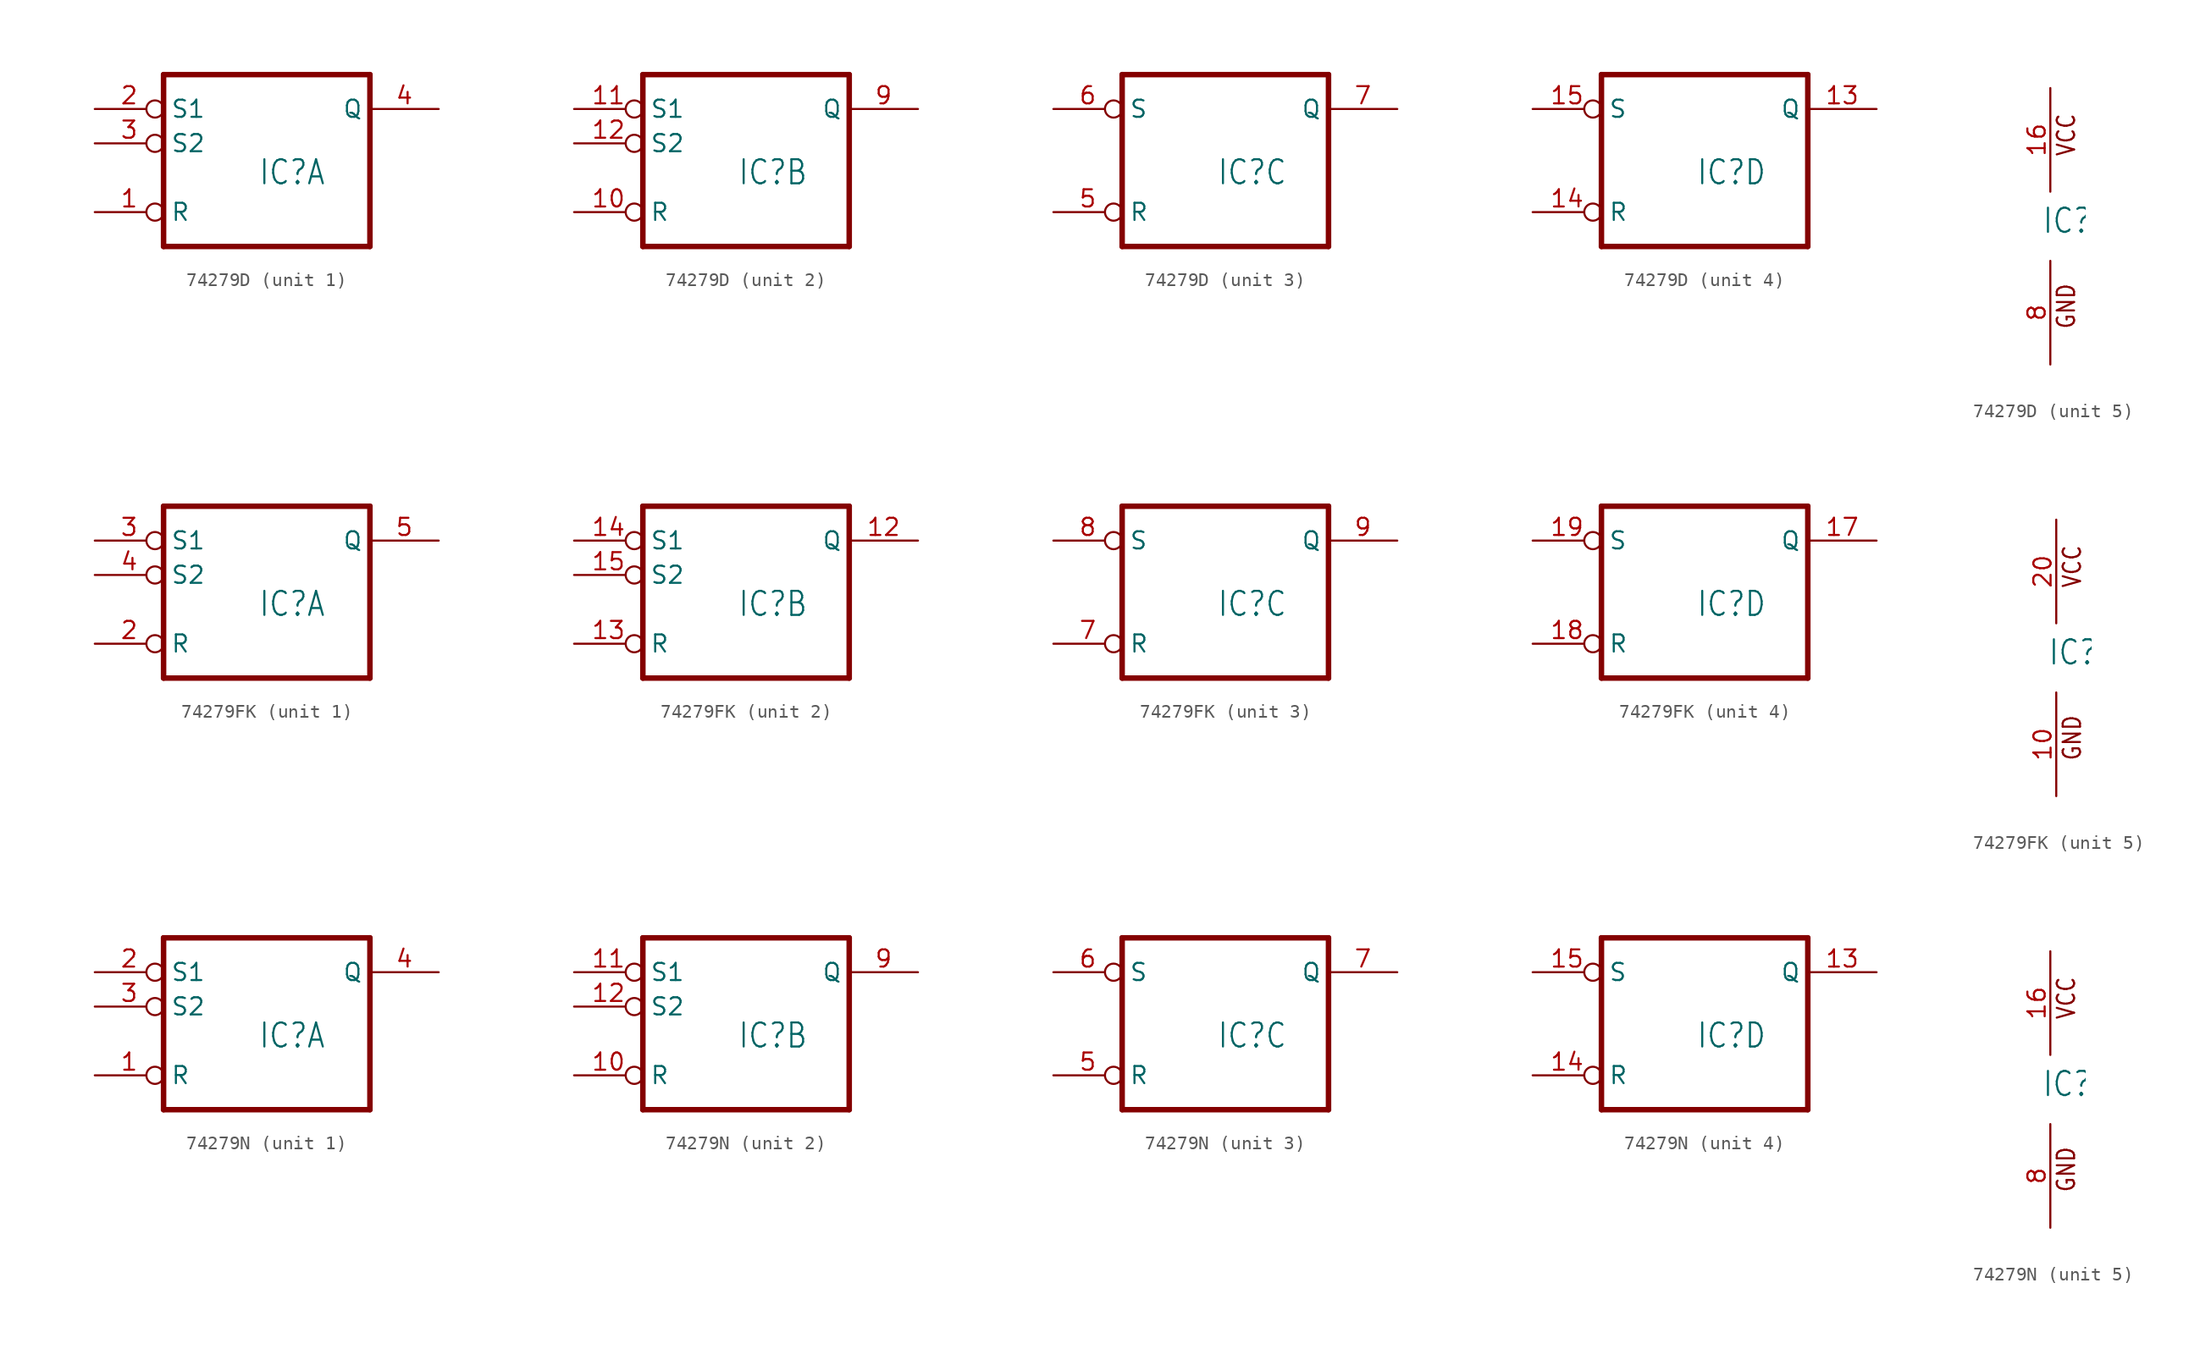
<source format=kicad_sym>
(kicad_symbol_lib
  (version 20220914)
  (generator kicad_symbol_editor)
  (symbol "74279D"
    (property "Reference" "IC"
      (at -0.635 -0.635 0)
      (effects (font (size 1.778 1.511)) (justify left bottom)))
    (property "ki_locked" ""
      (at 0 0 0)
      (effects (font (size 1.27 1.27))))
    (symbol "74279D_1_0"
      (polyline (pts (xy -7.62 -5.08) (xy 7.62 -5.08)) (stroke (width 0.406) (type solid)) (fill (type none)))
      (polyline (pts (xy -7.62 7.62) (xy -7.62 -5.08)) (stroke (width 0.406) (type solid)) (fill (type none)))
      (polyline (pts (xy 7.62 -5.08) (xy 7.62 7.62)) (stroke (width 0.406) (type solid)) (fill (type none)))
      (polyline (pts (xy 7.62 7.62) (xy -7.62 7.62)) (stroke (width 0.406) (type solid)) (fill (type none)))
      (pin input inverted (at -12.7 -2.54 0) (length 5.08) (name "R" (effects (font (size 1.27 1.27)))) (number "1" (effects (font (size 1.27 1.27)))))
      (pin input inverted (at -12.7 5.08 0) (length 5.08) (name "S1" (effects (font (size 1.27 1.27)))) (number "2" (effects (font (size 1.27 1.27)))))
      (pin input inverted (at -12.7 2.54 0) (length 5.08) (name "S2" (effects (font (size 1.27 1.27)))) (number "3" (effects (font (size 1.27 1.27)))))
      (pin output line (at 12.7 5.08 180) (length 5.08) (name "Q" (effects (font (size 1.27 1.27)))) (number "4" (effects (font (size 1.27 1.27))))))
    (symbol "74279D_2_0"
      (polyline (pts (xy -7.62 -5.08) (xy 7.62 -5.08)) (stroke (width 0.406) (type solid)) (fill (type none)))
      (polyline (pts (xy -7.62 7.62) (xy -7.62 -5.08)) (stroke (width 0.406) (type solid)) (fill (type none)))
      (polyline (pts (xy 7.62 -5.08) (xy 7.62 7.62)) (stroke (width 0.406) (type solid)) (fill (type none)))
      (polyline (pts (xy 7.62 7.62) (xy -7.62 7.62)) (stroke (width 0.406) (type solid)) (fill (type none)))
      (pin input inverted (at -12.7 -2.54 0) (length 5.08) (name "R" (effects (font (size 1.27 1.27)))) (number "10" (effects (font (size 1.27 1.27)))))
      (pin input inverted (at -12.7 5.08 0) (length 5.08) (name "S1" (effects (font (size 1.27 1.27)))) (number "11" (effects (font (size 1.27 1.27)))))
      (pin input inverted (at -12.7 2.54 0) (length 5.08) (name "S2" (effects (font (size 1.27 1.27)))) (number "12" (effects (font (size 1.27 1.27)))))
      (pin output line (at 12.7 5.08 180) (length 5.08) (name "Q" (effects (font (size 1.27 1.27)))) (number "9" (effects (font (size 1.27 1.27))))))
    (symbol "74279D_3_0"
      (polyline (pts (xy -7.62 -5.08) (xy 7.62 -5.08)) (stroke (width 0.406) (type solid)) (fill (type none)))
      (polyline (pts (xy -7.62 7.62) (xy -7.62 -5.08)) (stroke (width 0.406) (type solid)) (fill (type none)))
      (polyline (pts (xy 7.62 -5.08) (xy 7.62 7.62)) (stroke (width 0.406) (type solid)) (fill (type none)))
      (polyline (pts (xy 7.62 7.62) (xy -7.62 7.62)) (stroke (width 0.406) (type solid)) (fill (type none)))
      (pin input inverted (at -12.7 -2.54 0) (length 5.08) (name "R" (effects (font (size 1.27 1.27)))) (number "5" (effects (font (size 1.27 1.27)))))
      (pin input inverted (at -12.7 5.08 0) (length 5.08) (name "S" (effects (font (size 1.27 1.27)))) (number "6" (effects (font (size 1.27 1.27)))))
      (pin output line (at 12.7 5.08 180) (length 5.08) (name "Q" (effects (font (size 1.27 1.27)))) (number "7" (effects (font (size 1.27 1.27))))))
    (symbol "74279D_4_0"
      (polyline (pts (xy -7.62 -5.08) (xy 7.62 -5.08)) (stroke (width 0.406) (type solid)) (fill (type none)))
      (polyline (pts (xy -7.62 7.62) (xy -7.62 -5.08)) (stroke (width 0.406) (type solid)) (fill (type none)))
      (polyline (pts (xy 7.62 -5.08) (xy 7.62 7.62)) (stroke (width 0.406) (type solid)) (fill (type none)))
      (polyline (pts (xy 7.62 7.62) (xy -7.62 7.62)) (stroke (width 0.406) (type solid)) (fill (type none)))
      (pin output line (at 12.7 5.08 180) (length 5.08) (name "Q" (effects (font (size 1.27 1.27)))) (number "13" (effects (font (size 1.27 1.27)))))
      (pin input inverted (at -12.7 -2.54 0) (length 5.08) (name "R" (effects (font (size 1.27 1.27)))) (number "14" (effects (font (size 1.27 1.27)))))
      (pin input inverted (at -12.7 5.08 0) (length 5.08) (name "S" (effects (font (size 1.27 1.27)))) (number "15" (effects (font (size 1.27 1.27))))))
    (symbol "74279D_5_0"
      (text "GND" (at 1.905 -7.62 900) (effects (font (size 1.27 1.079)) (justify left bottom)))
      (text "VCC" (at 1.905 5.08 900) (effects (font (size 1.27 1.079)) (justify left bottom)))
      (pin power_in line (at 0 10.16 270) (length 7.62) (name "VCC" (effects (font (size 0 0)))) (number "16" (effects (font (size 1.27 1.27)))))
      (pin power_in line (at 0 -10.16 90) (length 7.62) (name "GND" (effects (font (size 0 0)))) (number "8" (effects (font (size 1.27 1.27)))))))
  (symbol "74279FK"
    (property "Reference" "IC"
      (at -0.635 -0.635 0)
      (effects (font (size 1.778 1.511)) (justify left bottom)))
    (property "ki_locked" ""
      (at 0 0 0)
      (effects (font (size 1.27 1.27))))
    (symbol "74279FK_1_0"
      (polyline (pts (xy -7.62 -5.08) (xy 7.62 -5.08)) (stroke (width 0.406) (type solid)) (fill (type none)))
      (polyline (pts (xy -7.62 7.62) (xy -7.62 -5.08)) (stroke (width 0.406) (type solid)) (fill (type none)))
      (polyline (pts (xy 7.62 -5.08) (xy 7.62 7.62)) (stroke (width 0.406) (type solid)) (fill (type none)))
      (polyline (pts (xy 7.62 7.62) (xy -7.62 7.62)) (stroke (width 0.406) (type solid)) (fill (type none)))
      (pin input inverted (at -12.7 -2.54 0) (length 5.08) (name "R" (effects (font (size 1.27 1.27)))) (number "2" (effects (font (size 1.27 1.27)))))
      (pin input inverted (at -12.7 5.08 0) (length 5.08) (name "S1" (effects (font (size 1.27 1.27)))) (number "3" (effects (font (size 1.27 1.27)))))
      (pin input inverted (at -12.7 2.54 0) (length 5.08) (name "S2" (effects (font (size 1.27 1.27)))) (number "4" (effects (font (size 1.27 1.27)))))
      (pin output line (at 12.7 5.08 180) (length 5.08) (name "Q" (effects (font (size 1.27 1.27)))) (number "5" (effects (font (size 1.27 1.27))))))
    (symbol "74279FK_2_0"
      (polyline (pts (xy -7.62 -5.08) (xy 7.62 -5.08)) (stroke (width 0.406) (type solid)) (fill (type none)))
      (polyline (pts (xy -7.62 7.62) (xy -7.62 -5.08)) (stroke (width 0.406) (type solid)) (fill (type none)))
      (polyline (pts (xy 7.62 -5.08) (xy 7.62 7.62)) (stroke (width 0.406) (type solid)) (fill (type none)))
      (polyline (pts (xy 7.62 7.62) (xy -7.62 7.62)) (stroke (width 0.406) (type solid)) (fill (type none)))
      (pin output line (at 12.7 5.08 180) (length 5.08) (name "Q" (effects (font (size 1.27 1.27)))) (number "12" (effects (font (size 1.27 1.27)))))
      (pin input inverted (at -12.7 -2.54 0) (length 5.08) (name "R" (effects (font (size 1.27 1.27)))) (number "13" (effects (font (size 1.27 1.27)))))
      (pin input inverted (at -12.7 5.08 0) (length 5.08) (name "S1" (effects (font (size 1.27 1.27)))) (number "14" (effects (font (size 1.27 1.27)))))
      (pin input inverted (at -12.7 2.54 0) (length 5.08) (name "S2" (effects (font (size 1.27 1.27)))) (number "15" (effects (font (size 1.27 1.27))))))
    (symbol "74279FK_3_0"
      (polyline (pts (xy -7.62 -5.08) (xy 7.62 -5.08)) (stroke (width 0.406) (type solid)) (fill (type none)))
      (polyline (pts (xy -7.62 7.62) (xy -7.62 -5.08)) (stroke (width 0.406) (type solid)) (fill (type none)))
      (polyline (pts (xy 7.62 -5.08) (xy 7.62 7.62)) (stroke (width 0.406) (type solid)) (fill (type none)))
      (polyline (pts (xy 7.62 7.62) (xy -7.62 7.62)) (stroke (width 0.406) (type solid)) (fill (type none)))
      (pin input inverted (at -12.7 -2.54 0) (length 5.08) (name "R" (effects (font (size 1.27 1.27)))) (number "7" (effects (font (size 1.27 1.27)))))
      (pin input inverted (at -12.7 5.08 0) (length 5.08) (name "S" (effects (font (size 1.27 1.27)))) (number "8" (effects (font (size 1.27 1.27)))))
      (pin output line (at 12.7 5.08 180) (length 5.08) (name "Q" (effects (font (size 1.27 1.27)))) (number "9" (effects (font (size 1.27 1.27))))))
    (symbol "74279FK_4_0"
      (polyline (pts (xy -7.62 -5.08) (xy 7.62 -5.08)) (stroke (width 0.406) (type solid)) (fill (type none)))
      (polyline (pts (xy -7.62 7.62) (xy -7.62 -5.08)) (stroke (width 0.406) (type solid)) (fill (type none)))
      (polyline (pts (xy 7.62 -5.08) (xy 7.62 7.62)) (stroke (width 0.406) (type solid)) (fill (type none)))
      (polyline (pts (xy 7.62 7.62) (xy -7.62 7.62)) (stroke (width 0.406) (type solid)) (fill (type none)))
      (pin output line (at 12.7 5.08 180) (length 5.08) (name "Q" (effects (font (size 1.27 1.27)))) (number "17" (effects (font (size 1.27 1.27)))))
      (pin input inverted (at -12.7 -2.54 0) (length 5.08) (name "R" (effects (font (size 1.27 1.27)))) (number "18" (effects (font (size 1.27 1.27)))))
      (pin input inverted (at -12.7 5.08 0) (length 5.08) (name "S" (effects (font (size 1.27 1.27)))) (number "19" (effects (font (size 1.27 1.27))))))
    (symbol "74279FK_5_0"
      (text "GND" (at 1.905 -7.62 900) (effects (font (size 1.27 1.079)) (justify left bottom)))
      (text "VCC" (at 1.905 5.08 900) (effects (font (size 1.27 1.079)) (justify left bottom)))
      (pin power_in line (at 0 -10.16 90) (length 7.62) (name "GND" (effects (font (size 0 0)))) (number "10" (effects (font (size 1.27 1.27)))))
      (pin power_in line (at 0 10.16 270) (length 7.62) (name "VCC" (effects (font (size 0 0)))) (number "20" (effects (font (size 1.27 1.27)))))))
  (symbol "74279N"
    (property "Reference" "IC"
      (at -0.635 -0.635 0)
      (effects (font (size 1.778 1.511)) (justify left bottom)))
    (property "ki_locked" ""
      (at 0 0 0)
      (effects (font (size 1.27 1.27))))
    (symbol "74279N_1_0"
      (polyline (pts (xy -7.62 -5.08) (xy 7.62 -5.08)) (stroke (width 0.406) (type solid)) (fill (type none)))
      (polyline (pts (xy -7.62 7.62) (xy -7.62 -5.08)) (stroke (width 0.406) (type solid)) (fill (type none)))
      (polyline (pts (xy 7.62 -5.08) (xy 7.62 7.62)) (stroke (width 0.406) (type solid)) (fill (type none)))
      (polyline (pts (xy 7.62 7.62) (xy -7.62 7.62)) (stroke (width 0.406) (type solid)) (fill (type none)))
      (pin input inverted (at -12.7 -2.54 0) (length 5.08) (name "R" (effects (font (size 1.27 1.27)))) (number "1" (effects (font (size 1.27 1.27)))))
      (pin input inverted (at -12.7 5.08 0) (length 5.08) (name "S1" (effects (font (size 1.27 1.27)))) (number "2" (effects (font (size 1.27 1.27)))))
      (pin input inverted (at -12.7 2.54 0) (length 5.08) (name "S2" (effects (font (size 1.27 1.27)))) (number "3" (effects (font (size 1.27 1.27)))))
      (pin output line (at 12.7 5.08 180) (length 5.08) (name "Q" (effects (font (size 1.27 1.27)))) (number "4" (effects (font (size 1.27 1.27))))))
    (symbol "74279N_2_0"
      (polyline (pts (xy -7.62 -5.08) (xy 7.62 -5.08)) (stroke (width 0.406) (type solid)) (fill (type none)))
      (polyline (pts (xy -7.62 7.62) (xy -7.62 -5.08)) (stroke (width 0.406) (type solid)) (fill (type none)))
      (polyline (pts (xy 7.62 -5.08) (xy 7.62 7.62)) (stroke (width 0.406) (type solid)) (fill (type none)))
      (polyline (pts (xy 7.62 7.62) (xy -7.62 7.62)) (stroke (width 0.406) (type solid)) (fill (type none)))
      (pin input inverted (at -12.7 -2.54 0) (length 5.08) (name "R" (effects (font (size 1.27 1.27)))) (number "10" (effects (font (size 1.27 1.27)))))
      (pin input inverted (at -12.7 5.08 0) (length 5.08) (name "S1" (effects (font (size 1.27 1.27)))) (number "11" (effects (font (size 1.27 1.27)))))
      (pin input inverted (at -12.7 2.54 0) (length 5.08) (name "S2" (effects (font (size 1.27 1.27)))) (number "12" (effects (font (size 1.27 1.27)))))
      (pin output line (at 12.7 5.08 180) (length 5.08) (name "Q" (effects (font (size 1.27 1.27)))) (number "9" (effects (font (size 1.27 1.27))))))
    (symbol "74279N_3_0"
      (polyline (pts (xy -7.62 -5.08) (xy 7.62 -5.08)) (stroke (width 0.406) (type solid)) (fill (type none)))
      (polyline (pts (xy -7.62 7.62) (xy -7.62 -5.08)) (stroke (width 0.406) (type solid)) (fill (type none)))
      (polyline (pts (xy 7.62 -5.08) (xy 7.62 7.62)) (stroke (width 0.406) (type solid)) (fill (type none)))
      (polyline (pts (xy 7.62 7.62) (xy -7.62 7.62)) (stroke (width 0.406) (type solid)) (fill (type none)))
      (pin input inverted (at -12.7 -2.54 0) (length 5.08) (name "R" (effects (font (size 1.27 1.27)))) (number "5" (effects (font (size 1.27 1.27)))))
      (pin input inverted (at -12.7 5.08 0) (length 5.08) (name "S" (effects (font (size 1.27 1.27)))) (number "6" (effects (font (size 1.27 1.27)))))
      (pin output line (at 12.7 5.08 180) (length 5.08) (name "Q" (effects (font (size 1.27 1.27)))) (number "7" (effects (font (size 1.27 1.27))))))
    (symbol "74279N_4_0"
      (polyline (pts (xy -7.62 -5.08) (xy 7.62 -5.08)) (stroke (width 0.406) (type solid)) (fill (type none)))
      (polyline (pts (xy -7.62 7.62) (xy -7.62 -5.08)) (stroke (width 0.406) (type solid)) (fill (type none)))
      (polyline (pts (xy 7.62 -5.08) (xy 7.62 7.62)) (stroke (width 0.406) (type solid)) (fill (type none)))
      (polyline (pts (xy 7.62 7.62) (xy -7.62 7.62)) (stroke (width 0.406) (type solid)) (fill (type none)))
      (pin output line (at 12.7 5.08 180) (length 5.08) (name "Q" (effects (font (size 1.27 1.27)))) (number "13" (effects (font (size 1.27 1.27)))))
      (pin input inverted (at -12.7 -2.54 0) (length 5.08) (name "R" (effects (font (size 1.27 1.27)))) (number "14" (effects (font (size 1.27 1.27)))))
      (pin input inverted (at -12.7 5.08 0) (length 5.08) (name "S" (effects (font (size 1.27 1.27)))) (number "15" (effects (font (size 1.27 1.27))))))
    (symbol "74279N_5_0"
      (text "GND" (at 1.905 -7.62 900) (effects (font (size 1.27 1.079)) (justify left bottom)))
      (text "VCC" (at 1.905 5.08 900) (effects (font (size 1.27 1.079)) (justify left bottom)))
      (pin power_in line (at 0 10.16 270) (length 7.62) (name "VCC" (effects (font (size 0 0)))) (number "16" (effects (font (size 1.27 1.27)))))
      (pin power_in line (at 0 -10.16 90) (length 7.62) (name "GND" (effects (font (size 0 0)))) (number "8" (effects (font (size 1.27 1.27))))))))
</source>
